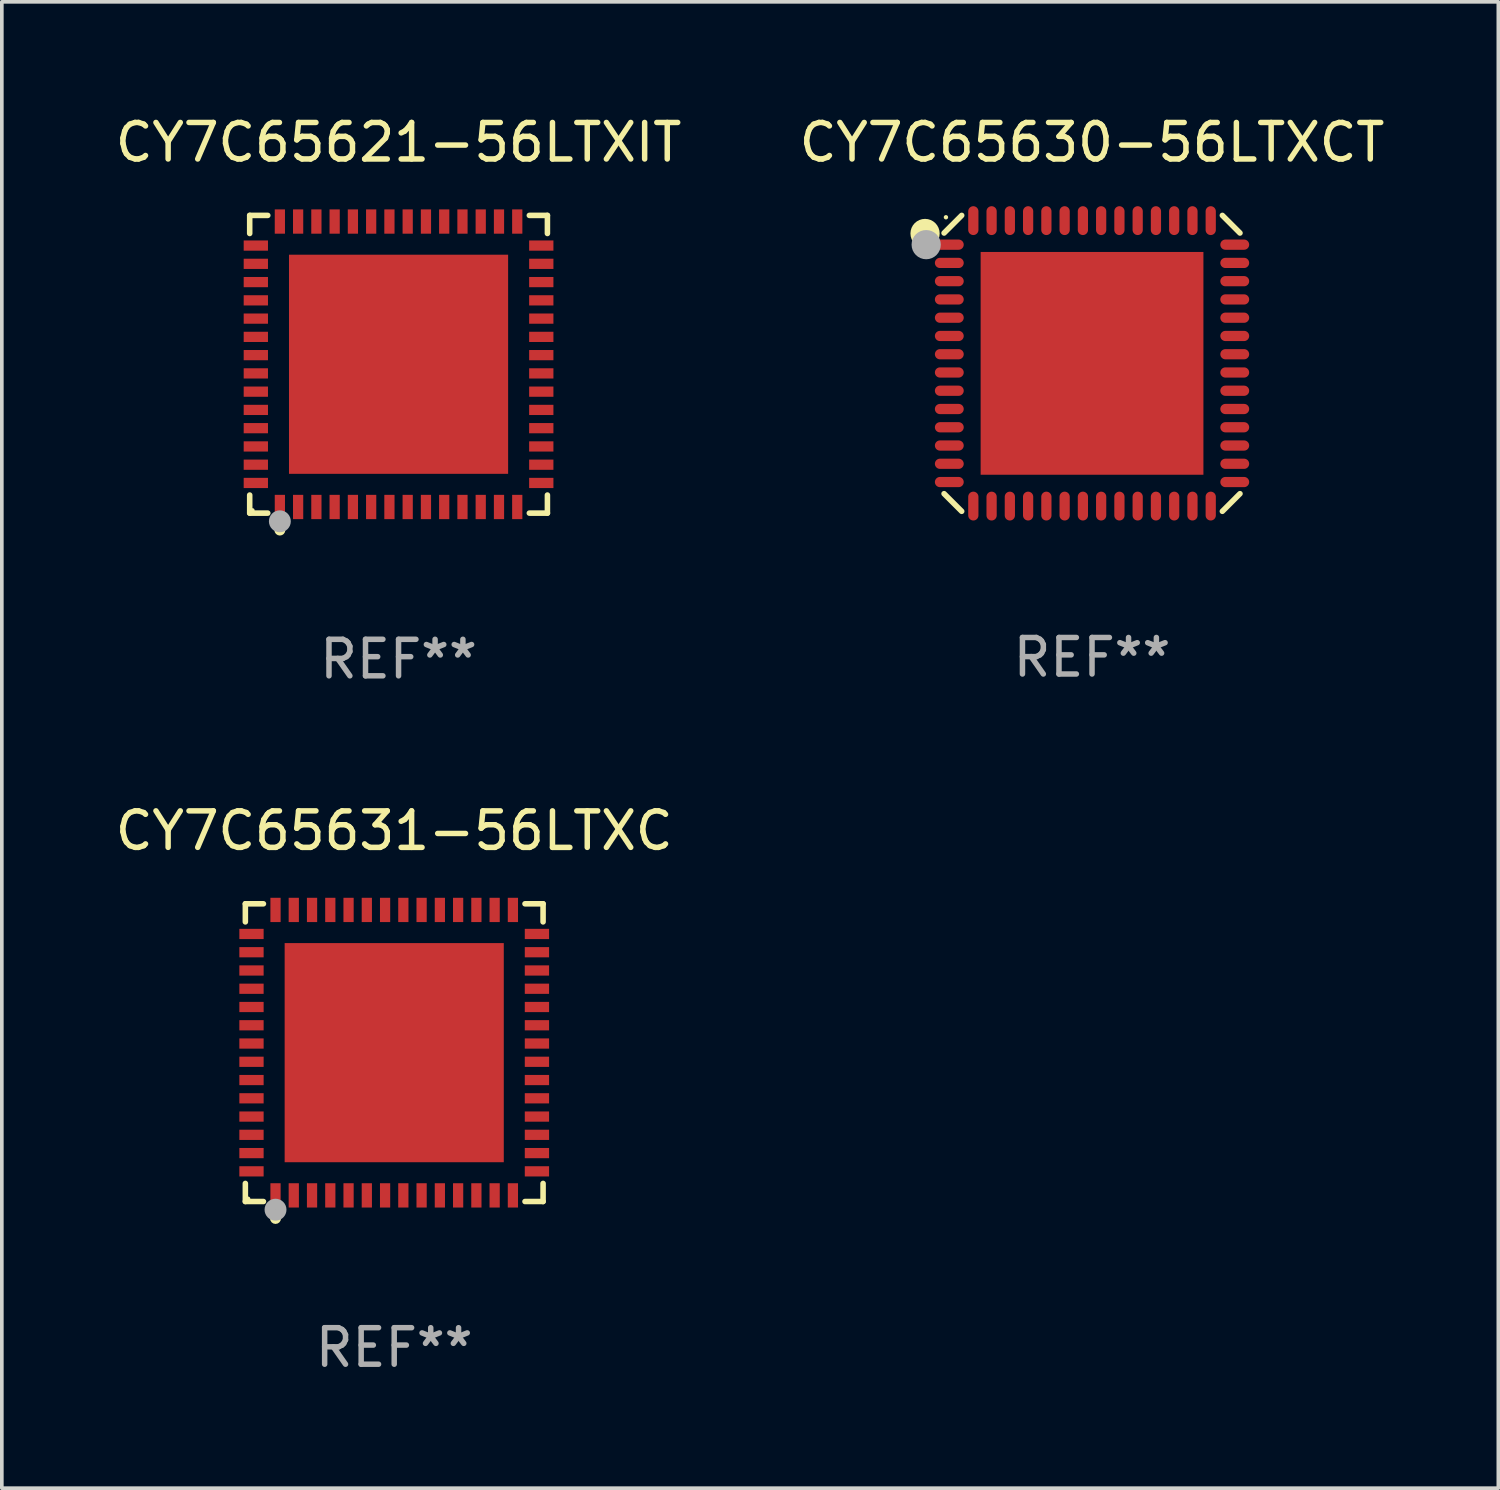
<source format=kicad_pcb>
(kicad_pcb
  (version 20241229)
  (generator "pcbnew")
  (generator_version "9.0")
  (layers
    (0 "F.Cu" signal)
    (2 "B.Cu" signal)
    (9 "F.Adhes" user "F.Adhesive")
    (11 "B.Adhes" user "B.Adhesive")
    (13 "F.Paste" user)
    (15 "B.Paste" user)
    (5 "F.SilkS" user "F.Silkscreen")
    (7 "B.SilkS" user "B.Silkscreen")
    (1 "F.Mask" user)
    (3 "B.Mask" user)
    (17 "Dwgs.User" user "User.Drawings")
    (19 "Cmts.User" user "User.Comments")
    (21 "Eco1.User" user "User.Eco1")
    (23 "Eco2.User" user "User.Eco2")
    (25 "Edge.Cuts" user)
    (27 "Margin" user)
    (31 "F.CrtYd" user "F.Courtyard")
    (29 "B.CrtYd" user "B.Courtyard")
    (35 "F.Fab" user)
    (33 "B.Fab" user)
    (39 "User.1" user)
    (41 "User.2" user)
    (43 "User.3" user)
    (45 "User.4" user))
  (footprint "CY7C65630-56LTXCT"
    (layer "F.Cu")
    (at 26.851 6.899)
    (property "Reference" "CY7C65630-56LTXCT" (at 0 -6.051 0) (layer "F.SilkS") (effects (font (size 1 1) (thickness 0.15))))
    (attr through_hole)
    (fp_line (start -4.051 -3.569) (end -3.569 -4.051) (stroke (width 0.152) (type solid)) (layer "F.SilkS"))
    (fp_line (start -3.569 4.051) (end -4.051 3.569) (stroke (width 0.152) (type solid)) (layer "F.SilkS"))
    (fp_line (start 3.569 -4.051) (end 4.051 -3.569) (stroke (width 0.152) (type solid)) (layer "F.SilkS"))
    (fp_line (start 4.051 3.569) (end 3.569 4.051) (stroke (width 0.152) (type solid)) (layer "F.SilkS"))
    (fp_circle (center -4.572 -3.556) (end -4.372 -3.556) (stroke (width 0.4) (type solid)) (fill no) (layer "F.SilkS"))
    (fp_circle (center -4 -4) (end -3.97 -4) (stroke (width 0.06) (type solid)) (fill no) (layer "F.SilkS"))
    (fp_circle (center -4.541 -3.25) (end -4.341 -3.25) (stroke (width 0.4) (type solid)) (fill no) (layer "F.Fab"))
    (fp_text user "REF**" (at 0 8.051 0) (layer "F.Fab") (effects (font (size 1 1) (thickness 0.15))))
    (pad "1" smd oval (at -3.908 -3.25) (size 0.79 0.28) (layers "F.Cu" "F.Mask" "F.Paste"))
    (pad "2" smd oval (at -3.908 -2.75) (size 0.79 0.28) (layers "F.Cu" "F.Mask" "F.Paste"))
    (pad "3" smd oval (at -3.908 -2.25) (size 0.79 0.28) (layers "F.Cu" "F.Mask" "F.Paste"))
    (pad "4" smd oval (at -3.908 -1.75) (size 0.79 0.28) (layers "F.Cu" "F.Mask" "F.Paste"))
    (pad "5" smd oval (at -3.908 -1.25) (size 0.79 0.28) (layers "F.Cu" "F.Mask" "F.Paste"))
    (pad "6" smd oval (at -3.908 -0.75) (size 0.79 0.28) (layers "F.Cu" "F.Mask" "F.Paste"))
    (pad "7" smd oval (at -3.908 -0.25) (size 0.79 0.28) (layers "F.Cu" "F.Mask" "F.Paste"))
    (pad "8" smd oval (at -3.908 0.25) (size 0.79 0.28) (layers "F.Cu" "F.Mask" "F.Paste"))
    (pad "9" smd oval (at -3.908 0.75) (size 0.79 0.28) (layers "F.Cu" "F.Mask" "F.Paste"))
    (pad "10" smd oval (at -3.908 1.25) (size 0.79 0.28) (layers "F.Cu" "F.Mask" "F.Paste"))
    (pad "11" smd oval (at -3.908 1.75) (size 0.79 0.28) (layers "F.Cu" "F.Mask" "F.Paste"))
    (pad "12" smd oval (at -3.908 2.25) (size 0.79 0.28) (layers "F.Cu" "F.Mask" "F.Paste"))
    (pad "13" smd oval (at -3.908 2.75) (size 0.79 0.28) (layers "F.Cu" "F.Mask" "F.Paste"))
    (pad "14" smd oval (at -3.908 3.25) (size 0.79 0.28) (layers "F.Cu" "F.Mask" "F.Paste"))
    (pad "15" smd oval (at -3.25 3.908) (size 0.28 0.79) (layers "F.Cu" "F.Mask" "F.Paste"))
    (pad "16" smd oval (at -2.75 3.908) (size 0.28 0.79) (layers "F.Cu" "F.Mask" "F.Paste"))
    (pad "17" smd oval (at -2.25 3.908) (size 0.28 0.79) (layers "F.Cu" "F.Mask" "F.Paste"))
    (pad "18" smd oval (at -1.75 3.908) (size 0.28 0.79) (layers "F.Cu" "F.Mask" "F.Paste"))
    (pad "19" smd oval (at -1.25 3.908) (size 0.28 0.79) (layers "F.Cu" "F.Mask" "F.Paste"))
    (pad "20" smd oval (at -0.75 3.908) (size 0.28 0.79) (layers "F.Cu" "F.Mask" "F.Paste"))
    (pad "21" smd oval (at -0.25 3.908) (size 0.28 0.79) (layers "F.Cu" "F.Mask" "F.Paste"))
    (pad "22" smd oval (at 0.25 3.908) (size 0.28 0.79) (layers "F.Cu" "F.Mask" "F.Paste"))
    (pad "23" smd oval (at 0.75 3.908) (size 0.28 0.79) (layers "F.Cu" "F.Mask" "F.Paste"))
    (pad "24" smd oval (at 1.25 3.908) (size 0.28 0.79) (layers "F.Cu" "F.Mask" "F.Paste"))
    (pad "25" smd oval (at 1.75 3.908) (size 0.28 0.79) (layers "F.Cu" "F.Mask" "F.Paste"))
    (pad "26" smd oval (at 2.25 3.908) (size 0.28 0.79) (layers "F.Cu" "F.Mask" "F.Paste"))
    (pad "27" smd oval (at 2.75 3.908) (size 0.28 0.79) (layers "F.Cu" "F.Mask" "F.Paste"))
    (pad "28" smd oval (at 3.25 3.908) (size 0.28 0.79) (layers "F.Cu" "F.Mask" "F.Paste"))
    (pad "29" smd oval (at 3.908 3.25) (size 0.79 0.28) (layers "F.Cu" "F.Mask" "F.Paste"))
    (pad "30" smd oval (at 3.908 2.75) (size 0.79 0.28) (layers "F.Cu" "F.Mask" "F.Paste"))
    (pad "31" smd oval (at 3.908 2.25) (size 0.79 0.28) (layers "F.Cu" "F.Mask" "F.Paste"))
    (pad "32" smd oval (at 3.908 1.75) (size 0.79 0.28) (layers "F.Cu" "F.Mask" "F.Paste"))
    (pad "33" smd oval (at 3.908 1.25) (size 0.79 0.28) (layers "F.Cu" "F.Mask" "F.Paste"))
    (pad "34" smd oval (at 3.908 0.75) (size 0.79 0.28) (layers "F.Cu" "F.Mask" "F.Paste"))
    (pad "35" smd oval (at 3.908 0.25) (size 0.79 0.28) (layers "F.Cu" "F.Mask" "F.Paste"))
    (pad "36" smd oval (at 3.908 -0.25) (size 0.79 0.28) (layers "F.Cu" "F.Mask" "F.Paste"))
    (pad "37" smd oval (at 3.908 -0.75) (size 0.79 0.28) (layers "F.Cu" "F.Mask" "F.Paste"))
    (pad "38" smd oval (at 3.908 -1.25) (size 0.79 0.28) (layers "F.Cu" "F.Mask" "F.Paste"))
    (pad "39" smd oval (at 3.908 -1.75) (size 0.79 0.28) (layers "F.Cu" "F.Mask" "F.Paste"))
    (pad "40" smd oval (at 3.908 -2.25) (size 0.79 0.28) (layers "F.Cu" "F.Mask" "F.Paste"))
    (pad "41" smd oval (at 3.908 -2.75) (size 0.79 0.28) (layers "F.Cu" "F.Mask" "F.Paste"))
    (pad "42" smd oval (at 3.908 -3.25) (size 0.79 0.28) (layers "F.Cu" "F.Mask" "F.Paste"))
    (pad "43" smd oval (at 3.25 -3.908) (size 0.28 0.79) (layers "F.Cu" "F.Mask" "F.Paste"))
    (pad "44" smd oval (at 2.75 -3.908) (size 0.28 0.79) (layers "F.Cu" "F.Mask" "F.Paste"))
    (pad "45" smd oval (at 2.25 -3.908) (size 0.28 0.79) (layers "F.Cu" "F.Mask" "F.Paste"))
    (pad "46" smd oval (at 1.75 -3.908) (size 0.28 0.79) (layers "F.Cu" "F.Mask" "F.Paste"))
    (pad "47" smd oval (at 1.25 -3.908) (size 0.28 0.79) (layers "F.Cu" "F.Mask" "F.Paste"))
    (pad "48" smd oval (at 0.75 -3.908) (size 0.28 0.79) (layers "F.Cu" "F.Mask" "F.Paste"))
    (pad "49" smd oval (at 0.25 -3.908) (size 0.28 0.79) (layers "F.Cu" "F.Mask" "F.Paste"))
    (pad "50" smd oval (at -0.25 -3.908) (size 0.28 0.79) (layers "F.Cu" "F.Mask" "F.Paste"))
    (pad "51" smd oval (at -0.75 -3.908) (size 0.28 0.79) (layers "F.Cu" "F.Mask" "F.Paste"))
    (pad "52" smd oval (at -1.25 -3.908) (size 0.28 0.79) (layers "F.Cu" "F.Mask" "F.Paste"))
    (pad "53" smd oval (at -1.75 -3.908) (size 0.28 0.79) (layers "F.Cu" "F.Mask" "F.Paste"))
    (pad "54" smd oval (at -2.25 -3.908) (size 0.28 0.79) (layers "F.Cu" "F.Mask" "F.Paste"))
    (pad "55" smd oval (at -2.75 -3.908) (size 0.28 0.79) (layers "F.Cu" "F.Mask" "F.Paste"))
    (pad "56" smd oval (at -3.25 -3.908) (size 0.28 0.79) (layers "F.Cu" "F.Mask" "F.Paste"))
    (pad "57" smd rect (at 0 0) (size 6.1 6.1) (layers "F.Cu" "F.Mask" "F.Paste")))
  (footprint "CY7C65621-56LTXIT"
    (layer "F.Cu")
    (at 7.863 6.924)
    (property "Reference" "CY7C65621-56LTXIT" (at 0 -6.076 0) (layer "F.SilkS") (effects (font (size 1 1) (thickness 0.15))))
    (attr through_hole)
    (fp_line (start -4.076 -4.076) (end -3.581 -4.076) (stroke (width 0.152) (type solid)) (layer "F.SilkS"))
    (fp_line (start -4.076 -3.581) (end -4.076 -4.076) (stroke (width 0.152) (type solid)) (layer "F.SilkS"))
    (fp_line (start -4.076 3.581) (end -4.076 4.076) (stroke (width 0.152) (type solid)) (layer "F.SilkS"))
    (fp_line (start -4.076 4.076) (end -3.581 4.076) (stroke (width 0.152) (type solid)) (layer "F.SilkS"))
    (fp_line (start 4.076 -4.076) (end 3.581 -4.076) (stroke (width 0.152) (type solid)) (layer "F.SilkS"))
    (fp_line (start 4.076 -3.581) (end 4.076 -4.076) (stroke (width 0.152) (type solid)) (layer "F.SilkS"))
    (fp_line (start 4.076 3.581) (end 4.076 4.076) (stroke (width 0.152) (type solid)) (layer "F.SilkS"))
    (fp_line (start 4.076 4.076) (end 3.581 4.076) (stroke (width 0.152) (type solid)) (layer "F.SilkS"))
    (fp_circle (center -4 4) (end -3.97 4) (stroke (width 0.06) (type solid)) (fill no) (layer "F.SilkS"))
    (fp_circle (center -3.25 4.54) (end -3.175 4.54) (stroke (width 0.15) (type solid)) (fill no) (layer "F.SilkS"))
    (fp_circle (center -3.25 4.3) (end -3.1 4.3) (stroke (width 0.3) (type solid)) (fill no) (layer "F.Fab"))
    (fp_text user "REF**" (at 0 8.076 0) (layer "F.Fab") (effects (font (size 1 1) (thickness 0.15))))
    (pad "1" smd rect (at -3.25 3.908) (size 0.28 0.665) (layers "F.Cu" "F.Mask" "F.Paste"))
    (pad "2" smd rect (at -2.75 3.908) (size 0.28 0.665) (layers "F.Cu" "F.Mask" "F.Paste"))
    (pad "3" smd rect (at -2.25 3.908) (size 0.28 0.665) (layers "F.Cu" "F.Mask" "F.Paste"))
    (pad "4" smd rect (at -1.75 3.908) (size 0.28 0.665) (layers "F.Cu" "F.Mask" "F.Paste"))
    (pad "5" smd rect (at -1.25 3.908) (size 0.28 0.665) (layers "F.Cu" "F.Mask" "F.Paste"))
    (pad "6" smd rect (at -0.75 3.908) (size 0.28 0.665) (layers "F.Cu" "F.Mask" "F.Paste"))
    (pad "7" smd rect (at -0.25 3.908) (size 0.28 0.665) (layers "F.Cu" "F.Mask" "F.Paste"))
    (pad "8" smd rect (at 0.25 3.908) (size 0.28 0.665) (layers "F.Cu" "F.Mask" "F.Paste"))
    (pad "9" smd rect (at 0.75 3.908) (size 0.28 0.665) (layers "F.Cu" "F.Mask" "F.Paste"))
    (pad "10" smd rect (at 1.25 3.908) (size 0.28 0.665) (layers "F.Cu" "F.Mask" "F.Paste"))
    (pad "11" smd rect (at 1.75 3.908) (size 0.28 0.665) (layers "F.Cu" "F.Mask" "F.Paste"))
    (pad "12" smd rect (at 2.25 3.908) (size 0.28 0.665) (layers "F.Cu" "F.Mask" "F.Paste"))
    (pad "13" smd rect (at 2.75 3.908) (size 0.28 0.665) (layers "F.Cu" "F.Mask" "F.Paste"))
    (pad "14" smd rect (at 3.25 3.908) (size 0.28 0.665) (layers "F.Cu" "F.Mask" "F.Paste"))
    (pad "15" smd rect (at 3.908 3.25) (size 0.665 0.28) (layers "F.Cu" "F.Mask" "F.Paste"))
    (pad "16" smd rect (at 3.908 2.75) (size 0.665 0.28) (layers "F.Cu" "F.Mask" "F.Paste"))
    (pad "17" smd rect (at 3.908 2.25) (size 0.665 0.28) (layers "F.Cu" "F.Mask" "F.Paste"))
    (pad "18" smd rect (at 3.908 1.75) (size 0.665 0.28) (layers "F.Cu" "F.Mask" "F.Paste"))
    (pad "19" smd rect (at 3.908 1.25) (size 0.665 0.28) (layers "F.Cu" "F.Mask" "F.Paste"))
    (pad "20" smd rect (at 3.908 0.75) (size 0.665 0.28) (layers "F.Cu" "F.Mask" "F.Paste"))
    (pad "21" smd rect (at 3.908 0.25) (size 0.665 0.28) (layers "F.Cu" "F.Mask" "F.Paste"))
    (pad "22" smd rect (at 3.908 -0.25) (size 0.665 0.28) (layers "F.Cu" "F.Mask" "F.Paste"))
    (pad "23" smd rect (at 3.908 -0.75) (size 0.665 0.28) (layers "F.Cu" "F.Mask" "F.Paste"))
    (pad "24" smd rect (at 3.908 -1.25) (size 0.665 0.28) (layers "F.Cu" "F.Mask" "F.Paste"))
    (pad "25" smd rect (at 3.908 -1.75) (size 0.665 0.28) (layers "F.Cu" "F.Mask" "F.Paste"))
    (pad "26" smd rect (at 3.908 -2.25) (size 0.665 0.28) (layers "F.Cu" "F.Mask" "F.Paste"))
    (pad "27" smd rect (at 3.908 -2.75) (size 0.665 0.28) (layers "F.Cu" "F.Mask" "F.Paste"))
    (pad "28" smd rect (at 3.908 -3.25) (size 0.665 0.28) (layers "F.Cu" "F.Mask" "F.Paste"))
    (pad "29" smd rect (at 3.25 -3.908) (size 0.28 0.665) (layers "F.Cu" "F.Mask" "F.Paste"))
    (pad "30" smd rect (at 2.75 -3.908) (size 0.28 0.665) (layers "F.Cu" "F.Mask" "F.Paste"))
    (pad "31" smd rect (at 2.25 -3.908) (size 0.28 0.665) (layers "F.Cu" "F.Mask" "F.Paste"))
    (pad "32" smd rect (at 1.75 -3.908) (size 0.28 0.665) (layers "F.Cu" "F.Mask" "F.Paste"))
    (pad "33" smd rect (at 1.25 -3.908) (size 0.28 0.665) (layers "F.Cu" "F.Mask" "F.Paste"))
    (pad "34" smd rect (at 0.75 -3.908) (size 0.28 0.665) (layers "F.Cu" "F.Mask" "F.Paste"))
    (pad "35" smd rect (at 0.25 -3.908) (size 0.28 0.665) (layers "F.Cu" "F.Mask" "F.Paste"))
    (pad "36" smd rect (at -0.25 -3.908) (size 0.28 0.665) (layers "F.Cu" "F.Mask" "F.Paste"))
    (pad "37" smd rect (at -0.75 -3.908) (size 0.28 0.665) (layers "F.Cu" "F.Mask" "F.Paste"))
    (pad "38" smd rect (at -1.25 -3.908) (size 0.28 0.665) (layers "F.Cu" "F.Mask" "F.Paste"))
    (pad "39" smd rect (at -1.75 -3.908) (size 0.28 0.665) (layers "F.Cu" "F.Mask" "F.Paste"))
    (pad "40" smd rect (at -2.25 -3.908) (size 0.28 0.665) (layers "F.Cu" "F.Mask" "F.Paste"))
    (pad "41" smd rect (at -2.75 -3.908) (size 0.28 0.665) (layers "F.Cu" "F.Mask" "F.Paste"))
    (pad "42" smd rect (at -3.25 -3.908) (size 0.28 0.665) (layers "F.Cu" "F.Mask" "F.Paste"))
    (pad "43" smd rect (at -3.908 -3.25) (size 0.665 0.28) (layers "F.Cu" "F.Mask" "F.Paste"))
    (pad "44" smd rect (at -3.908 -2.75) (size 0.665 0.28) (layers "F.Cu" "F.Mask" "F.Paste"))
    (pad "45" smd rect (at -3.908 -2.25) (size 0.665 0.28) (layers "F.Cu" "F.Mask" "F.Paste"))
    (pad "46" smd rect (at -3.908 -1.75) (size 0.665 0.28) (layers "F.Cu" "F.Mask" "F.Paste"))
    (pad "47" smd rect (at -3.908 -1.25) (size 0.665 0.28) (layers "F.Cu" "F.Mask" "F.Paste"))
    (pad "48" smd rect (at -3.908 -0.75) (size 0.665 0.28) (layers "F.Cu" "F.Mask" "F.Paste"))
    (pad "49" smd rect (at -3.908 -0.25) (size 0.665 0.28) (layers "F.Cu" "F.Mask" "F.Paste"))
    (pad "50" smd rect (at -3.908 0.25) (size 0.665 0.28) (layers "F.Cu" "F.Mask" "F.Paste"))
    (pad "51" smd rect (at -3.908 0.75) (size 0.665 0.28) (layers "F.Cu" "F.Mask" "F.Paste"))
    (pad "52" smd rect (at -3.908 1.25) (size 0.665 0.28) (layers "F.Cu" "F.Mask" "F.Paste"))
    (pad "53" smd rect (at -3.908 1.75) (size 0.665 0.28) (layers "F.Cu" "F.Mask" "F.Paste"))
    (pad "54" smd rect (at -3.908 2.25) (size 0.665 0.28) (layers "F.Cu" "F.Mask" "F.Paste"))
    (pad "55" smd rect (at -3.908 2.75) (size 0.665 0.28) (layers "F.Cu" "F.Mask" "F.Paste"))
    (pad "56" smd rect (at -3.908 3.25) (size 0.665 0.28) (layers "F.Cu" "F.Mask" "F.Paste"))
    (pad "57" smd rect (at 0 0) (size 6 6) (layers "F.Cu" "F.Mask" "F.Paste")))
  (footprint "CY7C65631-56LTXC"
    (layer "F.Cu")
    (at 7.744 25.773)
    (property "Reference" "CY7C65631-56LTXC" (at 0 -6.076 0) (layer "F.SilkS") (effects (font (size 1 1) (thickness 0.15))))
    (attr through_hole)
    (fp_line (start -4.076 -4.076) (end -3.581 -4.076) (stroke (width 0.152) (type solid)) (layer "F.SilkS"))
    (fp_line (start -4.076 -3.581) (end -4.076 -4.076) (stroke (width 0.152) (type solid)) (layer "F.SilkS"))
    (fp_line (start -4.076 3.581) (end -4.076 4.076) (stroke (width 0.152) (type solid)) (layer "F.SilkS"))
    (fp_line (start -4.076 4.076) (end -3.581 4.076) (stroke (width 0.152) (type solid)) (layer "F.SilkS"))
    (fp_line (start 4.076 -4.076) (end 3.581 -4.076) (stroke (width 0.152) (type solid)) (layer "F.SilkS"))
    (fp_line (start 4.076 -3.581) (end 4.076 -4.076) (stroke (width 0.152) (type solid)) (layer "F.SilkS"))
    (fp_line (start 4.076 3.581) (end 4.076 4.076) (stroke (width 0.152) (type solid)) (layer "F.SilkS"))
    (fp_line (start 4.076 4.076) (end 3.581 4.076) (stroke (width 0.152) (type solid)) (layer "F.SilkS"))
    (fp_circle (center -4 4) (end -3.97 4) (stroke (width 0.06) (type solid)) (fill no) (layer "F.SilkS"))
    (fp_circle (center -3.25 4.54) (end -3.175 4.54) (stroke (width 0.15) (type solid)) (fill no) (layer "F.SilkS"))
    (fp_circle (center -3.25 4.3) (end -3.1 4.3) (stroke (width 0.3) (type solid)) (fill no) (layer "F.Fab"))
    (fp_text user "REF**" (at 0 8.076 0) (layer "F.Fab") (effects (font (size 1 1) (thickness 0.15))))
    (pad "1" smd rect (at -3.25 3.908) (size 0.28 0.665) (layers "F.Cu" "F.Mask" "F.Paste"))
    (pad "2" smd rect (at -2.75 3.908) (size 0.28 0.665) (layers "F.Cu" "F.Mask" "F.Paste"))
    (pad "3" smd rect (at -2.25 3.908) (size 0.28 0.665) (layers "F.Cu" "F.Mask" "F.Paste"))
    (pad "4" smd rect (at -1.75 3.908) (size 0.28 0.665) (layers "F.Cu" "F.Mask" "F.Paste"))
    (pad "5" smd rect (at -1.25 3.908) (size 0.28 0.665) (layers "F.Cu" "F.Mask" "F.Paste"))
    (pad "6" smd rect (at -0.75 3.908) (size 0.28 0.665) (layers "F.Cu" "F.Mask" "F.Paste"))
    (pad "7" smd rect (at -0.25 3.908) (size 0.28 0.665) (layers "F.Cu" "F.Mask" "F.Paste"))
    (pad "8" smd rect (at 0.25 3.908) (size 0.28 0.665) (layers "F.Cu" "F.Mask" "F.Paste"))
    (pad "9" smd rect (at 0.75 3.908) (size 0.28 0.665) (layers "F.Cu" "F.Mask" "F.Paste"))
    (pad "10" smd rect (at 1.25 3.908) (size 0.28 0.665) (layers "F.Cu" "F.Mask" "F.Paste"))
    (pad "11" smd rect (at 1.75 3.908) (size 0.28 0.665) (layers "F.Cu" "F.Mask" "F.Paste"))
    (pad "12" smd rect (at 2.25 3.908) (size 0.28 0.665) (layers "F.Cu" "F.Mask" "F.Paste"))
    (pad "13" smd rect (at 2.75 3.908) (size 0.28 0.665) (layers "F.Cu" "F.Mask" "F.Paste"))
    (pad "14" smd rect (at 3.25 3.908) (size 0.28 0.665) (layers "F.Cu" "F.Mask" "F.Paste"))
    (pad "15" smd rect (at 3.908 3.25) (size 0.665 0.28) (layers "F.Cu" "F.Mask" "F.Paste"))
    (pad "16" smd rect (at 3.908 2.75) (size 0.665 0.28) (layers "F.Cu" "F.Mask" "F.Paste"))
    (pad "17" smd rect (at 3.908 2.25) (size 0.665 0.28) (layers "F.Cu" "F.Mask" "F.Paste"))
    (pad "18" smd rect (at 3.908 1.75) (size 0.665 0.28) (layers "F.Cu" "F.Mask" "F.Paste"))
    (pad "19" smd rect (at 3.908 1.25) (size 0.665 0.28) (layers "F.Cu" "F.Mask" "F.Paste"))
    (pad "20" smd rect (at 3.908 0.75) (size 0.665 0.28) (layers "F.Cu" "F.Mask" "F.Paste"))
    (pad "21" smd rect (at 3.908 0.25) (size 0.665 0.28) (layers "F.Cu" "F.Mask" "F.Paste"))
    (pad "22" smd rect (at 3.908 -0.25) (size 0.665 0.28) (layers "F.Cu" "F.Mask" "F.Paste"))
    (pad "23" smd rect (at 3.908 -0.75) (size 0.665 0.28) (layers "F.Cu" "F.Mask" "F.Paste"))
    (pad "24" smd rect (at 3.908 -1.25) (size 0.665 0.28) (layers "F.Cu" "F.Mask" "F.Paste"))
    (pad "25" smd rect (at 3.908 -1.75) (size 0.665 0.28) (layers "F.Cu" "F.Mask" "F.Paste"))
    (pad "26" smd rect (at 3.908 -2.25) (size 0.665 0.28) (layers "F.Cu" "F.Mask" "F.Paste"))
    (pad "27" smd rect (at 3.908 -2.75) (size 0.665 0.28) (layers "F.Cu" "F.Mask" "F.Paste"))
    (pad "28" smd rect (at 3.908 -3.25) (size 0.665 0.28) (layers "F.Cu" "F.Mask" "F.Paste"))
    (pad "29" smd rect (at 3.25 -3.908) (size 0.28 0.665) (layers "F.Cu" "F.Mask" "F.Paste"))
    (pad "30" smd rect (at 2.75 -3.908) (size 0.28 0.665) (layers "F.Cu" "F.Mask" "F.Paste"))
    (pad "31" smd rect (at 2.25 -3.908) (size 0.28 0.665) (layers "F.Cu" "F.Mask" "F.Paste"))
    (pad "32" smd rect (at 1.75 -3.908) (size 0.28 0.665) (layers "F.Cu" "F.Mask" "F.Paste"))
    (pad "33" smd rect (at 1.25 -3.908) (size 0.28 0.665) (layers "F.Cu" "F.Mask" "F.Paste"))
    (pad "34" smd rect (at 0.75 -3.908) (size 0.28 0.665) (layers "F.Cu" "F.Mask" "F.Paste"))
    (pad "35" smd rect (at 0.25 -3.908) (size 0.28 0.665) (layers "F.Cu" "F.Mask" "F.Paste"))
    (pad "36" smd rect (at -0.25 -3.908) (size 0.28 0.665) (layers "F.Cu" "F.Mask" "F.Paste"))
    (pad "37" smd rect (at -0.75 -3.908) (size 0.28 0.665) (layers "F.Cu" "F.Mask" "F.Paste"))
    (pad "38" smd rect (at -1.25 -3.908) (size 0.28 0.665) (layers "F.Cu" "F.Mask" "F.Paste"))
    (pad "39" smd rect (at -1.75 -3.908) (size 0.28 0.665) (layers "F.Cu" "F.Mask" "F.Paste"))
    (pad "40" smd rect (at -2.25 -3.908) (size 0.28 0.665) (layers "F.Cu" "F.Mask" "F.Paste"))
    (pad "41" smd rect (at -2.75 -3.908) (size 0.28 0.665) (layers "F.Cu" "F.Mask" "F.Paste"))
    (pad "42" smd rect (at -3.25 -3.908) (size 0.28 0.665) (layers "F.Cu" "F.Mask" "F.Paste"))
    (pad "43" smd rect (at -3.908 -3.25) (size 0.665 0.28) (layers "F.Cu" "F.Mask" "F.Paste"))
    (pad "44" smd rect (at -3.908 -2.75) (size 0.665 0.28) (layers "F.Cu" "F.Mask" "F.Paste"))
    (pad "45" smd rect (at -3.908 -2.25) (size 0.665 0.28) (layers "F.Cu" "F.Mask" "F.Paste"))
    (pad "46" smd rect (at -3.908 -1.75) (size 0.665 0.28) (layers "F.Cu" "F.Mask" "F.Paste"))
    (pad "47" smd rect (at -3.908 -1.25) (size 0.665 0.28) (layers "F.Cu" "F.Mask" "F.Paste"))
    (pad "48" smd rect (at -3.908 -0.75) (size 0.665 0.28) (layers "F.Cu" "F.Mask" "F.Paste"))
    (pad "49" smd rect (at -3.908 -0.25) (size 0.665 0.28) (layers "F.Cu" "F.Mask" "F.Paste"))
    (pad "50" smd rect (at -3.908 0.25) (size 0.665 0.28) (layers "F.Cu" "F.Mask" "F.Paste"))
    (pad "51" smd rect (at -3.908 0.75) (size 0.665 0.28) (layers "F.Cu" "F.Mask" "F.Paste"))
    (pad "52" smd rect (at -3.908 1.25) (size 0.665 0.28) (layers "F.Cu" "F.Mask" "F.Paste"))
    (pad "53" smd rect (at -3.908 1.75) (size 0.665 0.28) (layers "F.Cu" "F.Mask" "F.Paste"))
    (pad "54" smd rect (at -3.908 2.25) (size 0.665 0.28) (layers "F.Cu" "F.Mask" "F.Paste"))
    (pad "55" smd rect (at -3.908 2.75) (size 0.665 0.28) (layers "F.Cu" "F.Mask" "F.Paste"))
    (pad "56" smd rect (at -3.908 3.25) (size 0.665 0.28) (layers "F.Cu" "F.Mask" "F.Paste"))
    (pad "57" smd rect (at 0 0) (size 6 6) (layers "F.Cu" "F.Mask" "F.Paste")))
  (gr_rect
    (start -3 -3)
    (end 37.976 37.698)
    (stroke (width 0.1) (type default))
    (fill no)
    (layer "Edge.Cuts")))
</source>
